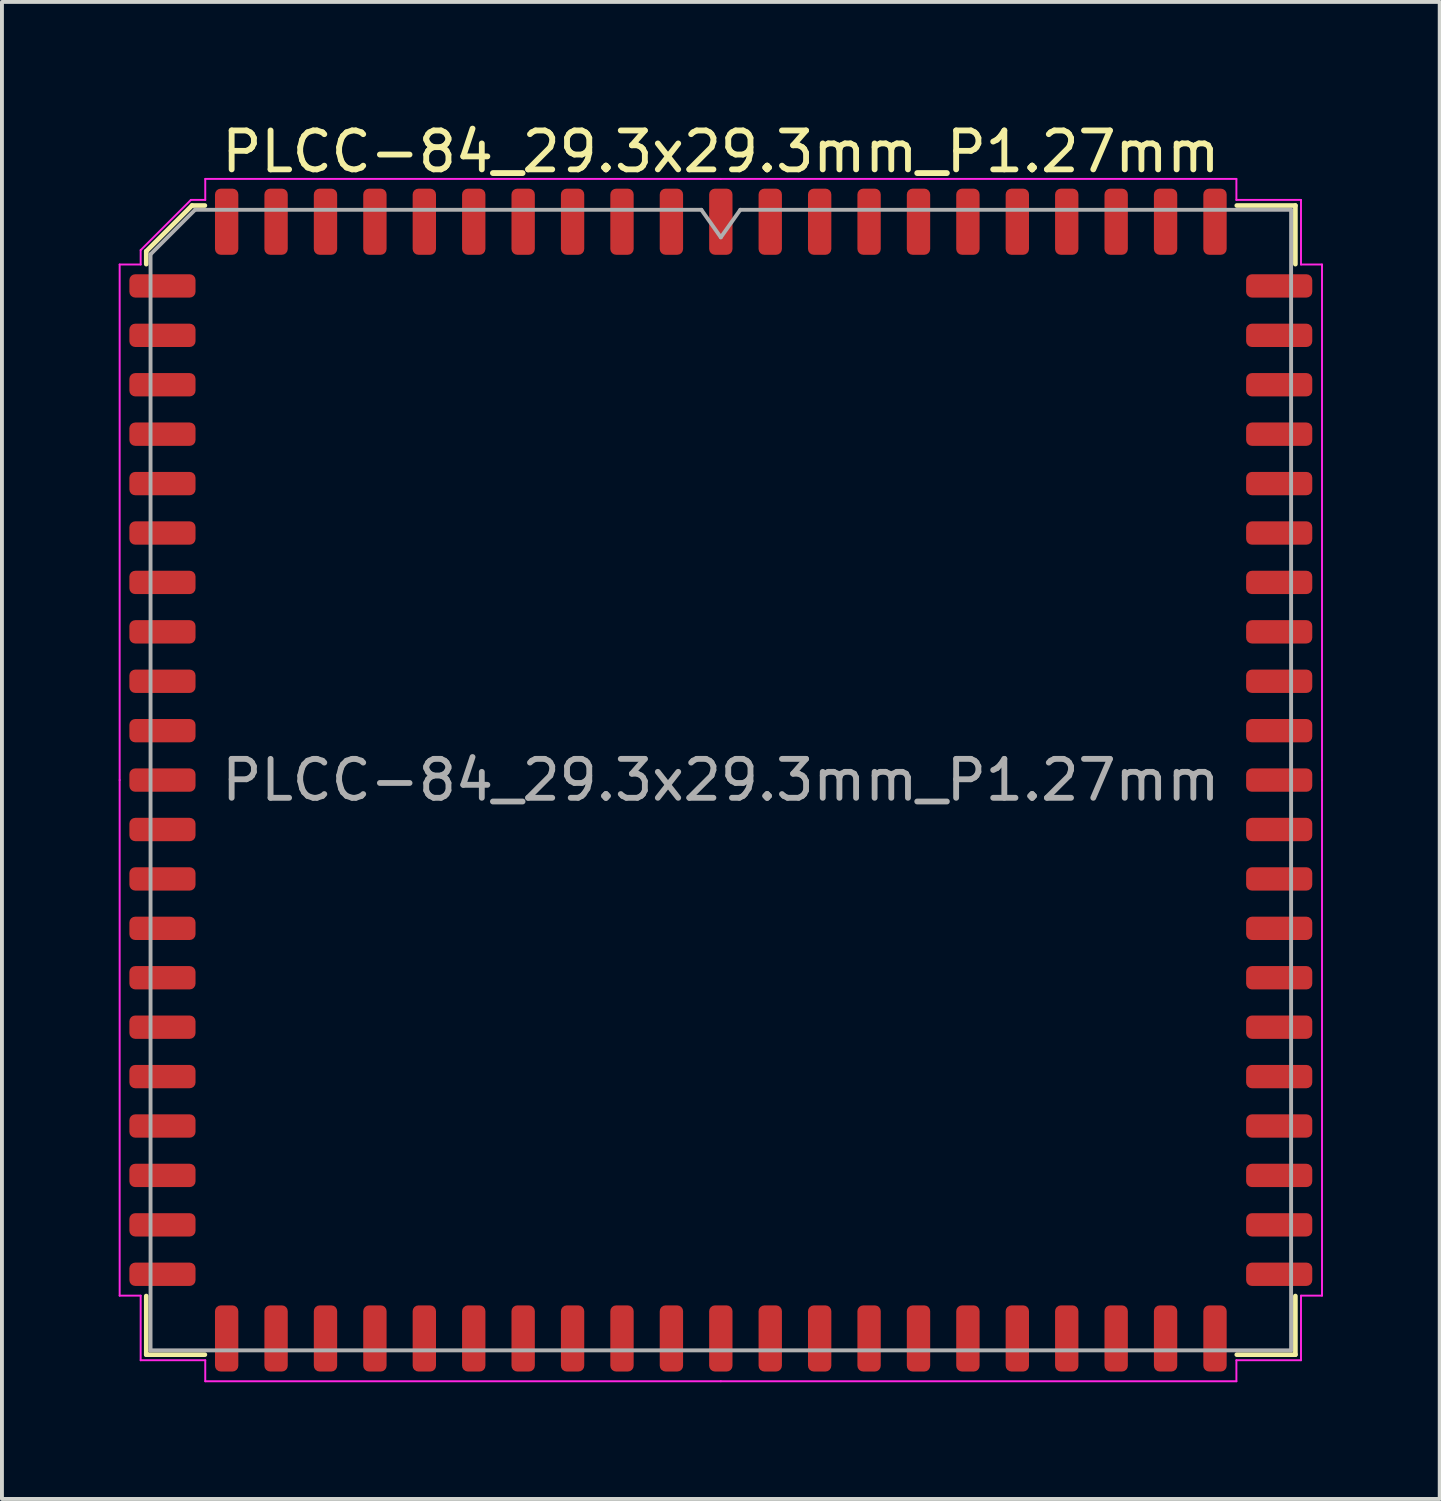
<source format=kicad_pcb>
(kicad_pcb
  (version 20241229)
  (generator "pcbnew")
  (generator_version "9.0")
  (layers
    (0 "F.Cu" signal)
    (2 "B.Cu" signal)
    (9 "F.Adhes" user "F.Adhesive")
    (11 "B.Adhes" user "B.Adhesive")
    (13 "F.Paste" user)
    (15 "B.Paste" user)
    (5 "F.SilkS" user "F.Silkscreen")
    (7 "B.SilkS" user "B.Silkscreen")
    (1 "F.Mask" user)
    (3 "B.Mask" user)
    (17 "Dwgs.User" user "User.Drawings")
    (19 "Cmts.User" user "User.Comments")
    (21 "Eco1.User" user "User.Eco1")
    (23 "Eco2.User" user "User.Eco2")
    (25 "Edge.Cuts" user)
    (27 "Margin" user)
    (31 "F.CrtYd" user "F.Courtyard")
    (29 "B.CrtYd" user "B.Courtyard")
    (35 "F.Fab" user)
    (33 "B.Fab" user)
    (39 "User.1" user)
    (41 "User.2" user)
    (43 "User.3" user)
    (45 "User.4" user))
  (footprint "PLCC-84_29.3x29.3mm_P1.27mm"
    (layer "F.Cu")
    (at 15.475 16.998)
    (property "Reference" "PLCC-84_29.3x29.3mm_P1.27mm" (at 0 -16.15 0) (layer "F.SilkS") (effects (font (size 1 1) (thickness 0.15))))
    (attr smd)
    (fp_line (start -14.766 -13.591) (end -14.766 -13.26) (stroke (width 0.12) (type solid)) (layer "F.SilkS"))
    (fp_line (start -14.766 14.766) (end -14.766 13.26) (stroke (width 0.12) (type solid)) (layer "F.SilkS"))
    (fp_line (start -13.591 -14.766) (end -14.766 -13.591) (stroke (width 0.12) (type solid)) (layer "F.SilkS"))
    (fp_line (start -13.26 -14.766) (end -13.591 -14.766) (stroke (width 0.12) (type solid)) (layer "F.SilkS"))
    (fp_line (start -13.26 14.766) (end -14.766 14.766) (stroke (width 0.12) (type solid)) (layer "F.SilkS"))
    (fp_line (start 13.26 -14.766) (end 14.766 -14.766) (stroke (width 0.12) (type solid)) (layer "F.SilkS"))
    (fp_line (start 13.26 14.766) (end 14.766 14.766) (stroke (width 0.12) (type solid)) (layer "F.SilkS"))
    (fp_line (start 14.766 -14.766) (end 14.766 -13.26) (stroke (width 0.12) (type solid)) (layer "F.SilkS"))
    (fp_line (start 14.766 14.766) (end 14.766 13.26) (stroke (width 0.12) (type solid)) (layer "F.SilkS"))
    (fp_line (start -15.45 -13.25) (end -15.45 0) (stroke (width 0.05) (type solid)) (layer "F.CrtYd"))
    (fp_line (start -15.45 13.25) (end -15.45 0) (stroke (width 0.05) (type solid)) (layer "F.CrtYd"))
    (fp_line (start -14.91 -13.62) (end -14.91 -13.25) (stroke (width 0.05) (type solid)) (layer "F.CrtYd"))
    (fp_line (start -14.91 -13.25) (end -15.45 -13.25) (stroke (width 0.05) (type solid)) (layer "F.CrtYd"))
    (fp_line (start -14.91 13.25) (end -15.45 13.25) (stroke (width 0.05) (type solid)) (layer "F.CrtYd"))
    (fp_line (start -14.91 14.91) (end -14.91 13.25) (stroke (width 0.05) (type solid)) (layer "F.CrtYd"))
    (fp_line (start -13.62 -14.91) (end -14.91 -13.62) (stroke (width 0.05) (type solid)) (layer "F.CrtYd"))
    (fp_line (start -13.25 -15.45) (end -13.25 -14.91) (stroke (width 0.05) (type solid)) (layer "F.CrtYd"))
    (fp_line (start -13.25 -14.91) (end -13.62 -14.91) (stroke (width 0.05) (type solid)) (layer "F.CrtYd"))
    (fp_line (start -13.25 14.91) (end -14.91 14.91) (stroke (width 0.05) (type solid)) (layer "F.CrtYd"))
    (fp_line (start -13.25 15.45) (end -13.25 14.91) (stroke (width 0.05) (type solid)) (layer "F.CrtYd"))
    (fp_line (start 0 -15.45) (end -13.25 -15.45) (stroke (width 0.05) (type solid)) (layer "F.CrtYd"))
    (fp_line (start 0 -15.45) (end 13.25 -15.45) (stroke (width 0.05) (type solid)) (layer "F.CrtYd"))
    (fp_line (start 0 15.45) (end -13.25 15.45) (stroke (width 0.05) (type solid)) (layer "F.CrtYd"))
    (fp_line (start 0 15.45) (end 13.25 15.45) (stroke (width 0.05) (type solid)) (layer "F.CrtYd"))
    (fp_line (start 13.25 -15.45) (end 13.25 -14.91) (stroke (width 0.05) (type solid)) (layer "F.CrtYd"))
    (fp_line (start 13.25 -14.91) (end 14.91 -14.91) (stroke (width 0.05) (type solid)) (layer "F.CrtYd"))
    (fp_line (start 13.25 14.91) (end 14.91 14.91) (stroke (width 0.05) (type solid)) (layer "F.CrtYd"))
    (fp_line (start 13.25 15.45) (end 13.25 14.91) (stroke (width 0.05) (type solid)) (layer "F.CrtYd"))
    (fp_line (start 14.91 -14.91) (end 14.91 -13.25) (stroke (width 0.05) (type solid)) (layer "F.CrtYd"))
    (fp_line (start 14.91 -13.25) (end 15.45 -13.25) (stroke (width 0.05) (type solid)) (layer "F.CrtYd"))
    (fp_line (start 14.91 13.25) (end 15.45 13.25) (stroke (width 0.05) (type solid)) (layer "F.CrtYd"))
    (fp_line (start 14.91 14.91) (end 14.91 13.25) (stroke (width 0.05) (type solid)) (layer "F.CrtYd"))
    (fp_line (start 15.45 -13.25) (end 15.45 0) (stroke (width 0.05) (type solid)) (layer "F.CrtYd"))
    (fp_line (start 15.45 13.25) (end 15.45 0) (stroke (width 0.05) (type solid)) (layer "F.CrtYd"))
    (fp_line (start -14.656 -13.513) (end -13.513 -14.656) (stroke (width 0.1) (type solid)) (layer "F.Fab"))
    (fp_line (start -14.656 14.656) (end -14.656 -13.513) (stroke (width 0.1) (type solid)) (layer "F.Fab"))
    (fp_line (start -13.513 -14.656) (end -0.5 -14.656) (stroke (width 0.1) (type solid)) (layer "F.Fab"))
    (fp_line (start -0.5 -14.656) (end 0 -13.949) (stroke (width 0.1) (type solid)) (layer "F.Fab"))
    (fp_line (start 0 -13.949) (end 0.5 -14.656) (stroke (width 0.1) (type solid)) (layer "F.Fab"))
    (fp_line (start 0.5 -14.656) (end 14.656 -14.656) (stroke (width 0.1) (type solid)) (layer "F.Fab"))
    (fp_line (start 14.656 -14.656) (end 14.656 14.656) (stroke (width 0.1) (type solid)) (layer "F.Fab"))
    (fp_line (start 14.656 14.656) (end -14.656 14.656) (stroke (width 0.1) (type solid)) (layer "F.Fab"))
    (fp_text user "${REFERENCE}" (at 0 0 0) (layer "F.Fab") (effects (font (size 1 1) (thickness 0.15))))
    (pad "1" smd roundrect (at 0 -14.35) (size 0.6 1.7) (layers "F.Cu" "F.Mask" "F.Paste") (roundrect_rratio 0.25))
    (pad "2" smd roundrect (at -1.27 -14.35) (size 0.6 1.7) (layers "F.Cu" "F.Mask" "F.Paste") (roundrect_rratio 0.25))
    (pad "3" smd roundrect (at -2.54 -14.35) (size 0.6 1.7) (layers "F.Cu" "F.Mask" "F.Paste") (roundrect_rratio 0.25))
    (pad "4" smd roundrect (at -3.81 -14.35) (size 0.6 1.7) (layers "F.Cu" "F.Mask" "F.Paste") (roundrect_rratio 0.25))
    (pad "5" smd roundrect (at -5.08 -14.35) (size 0.6 1.7) (layers "F.Cu" "F.Mask" "F.Paste") (roundrect_rratio 0.25))
    (pad "6" smd roundrect (at -6.35 -14.35) (size 0.6 1.7) (layers "F.Cu" "F.Mask" "F.Paste") (roundrect_rratio 0.25))
    (pad "7" smd roundrect (at -7.62 -14.35) (size 0.6 1.7) (layers "F.Cu" "F.Mask" "F.Paste") (roundrect_rratio 0.25))
    (pad "8" smd roundrect (at -8.89 -14.35) (size 0.6 1.7) (layers "F.Cu" "F.Mask" "F.Paste") (roundrect_rratio 0.25))
    (pad "9" smd roundrect (at -10.16 -14.35) (size 0.6 1.7) (layers "F.Cu" "F.Mask" "F.Paste") (roundrect_rratio 0.25))
    (pad "10" smd roundrect (at -11.43 -14.35) (size 0.6 1.7) (layers "F.Cu" "F.Mask" "F.Paste") (roundrect_rratio 0.25))
    (pad "11" smd roundrect (at -12.7 -14.35) (size 0.6 1.7) (layers "F.Cu" "F.Mask" "F.Paste") (roundrect_rratio 0.25))
    (pad "12" smd roundrect (at -14.35 -12.7) (size 1.7 0.6) (layers "F.Cu" "F.Mask" "F.Paste") (roundrect_rratio 0.25))
    (pad "13" smd roundrect (at -14.35 -11.43) (size 1.7 0.6) (layers "F.Cu" "F.Mask" "F.Paste") (roundrect_rratio 0.25))
    (pad "14" smd roundrect (at -14.35 -10.16) (size 1.7 0.6) (layers "F.Cu" "F.Mask" "F.Paste") (roundrect_rratio 0.25))
    (pad "15" smd roundrect (at -14.35 -8.89) (size 1.7 0.6) (layers "F.Cu" "F.Mask" "F.Paste") (roundrect_rratio 0.25))
    (pad "16" smd roundrect (at -14.35 -7.62) (size 1.7 0.6) (layers "F.Cu" "F.Mask" "F.Paste") (roundrect_rratio 0.25))
    (pad "17" smd roundrect (at -14.35 -6.35) (size 1.7 0.6) (layers "F.Cu" "F.Mask" "F.Paste") (roundrect_rratio 0.25))
    (pad "18" smd roundrect (at -14.35 -5.08) (size 1.7 0.6) (layers "F.Cu" "F.Mask" "F.Paste") (roundrect_rratio 0.25))
    (pad "19" smd roundrect (at -14.35 -3.81) (size 1.7 0.6) (layers "F.Cu" "F.Mask" "F.Paste") (roundrect_rratio 0.25))
    (pad "20" smd roundrect (at -14.35 -2.54) (size 1.7 0.6) (layers "F.Cu" "F.Mask" "F.Paste") (roundrect_rratio 0.25))
    (pad "21" smd roundrect (at -14.35 -1.27) (size 1.7 0.6) (layers "F.Cu" "F.Mask" "F.Paste") (roundrect_rratio 0.25))
    (pad "22" smd roundrect (at -14.35 0) (size 1.7 0.6) (layers "F.Cu" "F.Mask" "F.Paste") (roundrect_rratio 0.25))
    (pad "23" smd roundrect (at -14.35 1.27) (size 1.7 0.6) (layers "F.Cu" "F.Mask" "F.Paste") (roundrect_rratio 0.25))
    (pad "24" smd roundrect (at -14.35 2.54) (size 1.7 0.6) (layers "F.Cu" "F.Mask" "F.Paste") (roundrect_rratio 0.25))
    (pad "25" smd roundrect (at -14.35 3.81) (size 1.7 0.6) (layers "F.Cu" "F.Mask" "F.Paste") (roundrect_rratio 0.25))
    (pad "26" smd roundrect (at -14.35 5.08) (size 1.7 0.6) (layers "F.Cu" "F.Mask" "F.Paste") (roundrect_rratio 0.25))
    (pad "27" smd roundrect (at -14.35 6.35) (size 1.7 0.6) (layers "F.Cu" "F.Mask" "F.Paste") (roundrect_rratio 0.25))
    (pad "28" smd roundrect (at -14.35 7.62) (size 1.7 0.6) (layers "F.Cu" "F.Mask" "F.Paste") (roundrect_rratio 0.25))
    (pad "29" smd roundrect (at -14.35 8.89) (size 1.7 0.6) (layers "F.Cu" "F.Mask" "F.Paste") (roundrect_rratio 0.25))
    (pad "30" smd roundrect (at -14.35 10.16) (size 1.7 0.6) (layers "F.Cu" "F.Mask" "F.Paste") (roundrect_rratio 0.25))
    (pad "31" smd roundrect (at -14.35 11.43) (size 1.7 0.6) (layers "F.Cu" "F.Mask" "F.Paste") (roundrect_rratio 0.25))
    (pad "32" smd roundrect (at -14.35 12.7) (size 1.7 0.6) (layers "F.Cu" "F.Mask" "F.Paste") (roundrect_rratio 0.25))
    (pad "33" smd roundrect (at -12.7 14.35) (size 0.6 1.7) (layers "F.Cu" "F.Mask" "F.Paste") (roundrect_rratio 0.25))
    (pad "34" smd roundrect (at -11.43 14.35) (size 0.6 1.7) (layers "F.Cu" "F.Mask" "F.Paste") (roundrect_rratio 0.25))
    (pad "35" smd roundrect (at -10.16 14.35) (size 0.6 1.7) (layers "F.Cu" "F.Mask" "F.Paste") (roundrect_rratio 0.25))
    (pad "36" smd roundrect (at -8.89 14.35) (size 0.6 1.7) (layers "F.Cu" "F.Mask" "F.Paste") (roundrect_rratio 0.25))
    (pad "37" smd roundrect (at -7.62 14.35) (size 0.6 1.7) (layers "F.Cu" "F.Mask" "F.Paste") (roundrect_rratio 0.25))
    (pad "38" smd roundrect (at -6.35 14.35) (size 0.6 1.7) (layers "F.Cu" "F.Mask" "F.Paste") (roundrect_rratio 0.25))
    (pad "39" smd roundrect (at -5.08 14.35) (size 0.6 1.7) (layers "F.Cu" "F.Mask" "F.Paste") (roundrect_rratio 0.25))
    (pad "40" smd roundrect (at -3.81 14.35) (size 0.6 1.7) (layers "F.Cu" "F.Mask" "F.Paste") (roundrect_rratio 0.25))
    (pad "41" smd roundrect (at -2.54 14.35) (size 0.6 1.7) (layers "F.Cu" "F.Mask" "F.Paste") (roundrect_rratio 0.25))
    (pad "42" smd roundrect (at -1.27 14.35) (size 0.6 1.7) (layers "F.Cu" "F.Mask" "F.Paste") (roundrect_rratio 0.25))
    (pad "43" smd roundrect (at 0 14.35) (size 0.6 1.7) (layers "F.Cu" "F.Mask" "F.Paste") (roundrect_rratio 0.25))
    (pad "44" smd roundrect (at 1.27 14.35) (size 0.6 1.7) (layers "F.Cu" "F.Mask" "F.Paste") (roundrect_rratio 0.25))
    (pad "45" smd roundrect (at 2.54 14.35) (size 0.6 1.7) (layers "F.Cu" "F.Mask" "F.Paste") (roundrect_rratio 0.25))
    (pad "46" smd roundrect (at 3.81 14.35) (size 0.6 1.7) (layers "F.Cu" "F.Mask" "F.Paste") (roundrect_rratio 0.25))
    (pad "47" smd roundrect (at 5.08 14.35) (size 0.6 1.7) (layers "F.Cu" "F.Mask" "F.Paste") (roundrect_rratio 0.25))
    (pad "48" smd roundrect (at 6.35 14.35) (size 0.6 1.7) (layers "F.Cu" "F.Mask" "F.Paste") (roundrect_rratio 0.25))
    (pad "49" smd roundrect (at 7.62 14.35) (size 0.6 1.7) (layers "F.Cu" "F.Mask" "F.Paste") (roundrect_rratio 0.25))
    (pad "50" smd roundrect (at 8.89 14.35) (size 0.6 1.7) (layers "F.Cu" "F.Mask" "F.Paste") (roundrect_rratio 0.25))
    (pad "51" smd roundrect (at 10.16 14.35) (size 0.6 1.7) (layers "F.Cu" "F.Mask" "F.Paste") (roundrect_rratio 0.25))
    (pad "52" smd roundrect (at 11.43 14.35) (size 0.6 1.7) (layers "F.Cu" "F.Mask" "F.Paste") (roundrect_rratio 0.25))
    (pad "53" smd roundrect (at 12.7 14.35) (size 0.6 1.7) (layers "F.Cu" "F.Mask" "F.Paste") (roundrect_rratio 0.25))
    (pad "54" smd roundrect (at 14.35 12.7) (size 1.7 0.6) (layers "F.Cu" "F.Mask" "F.Paste") (roundrect_rratio 0.25))
    (pad "55" smd roundrect (at 14.35 11.43) (size 1.7 0.6) (layers "F.Cu" "F.Mask" "F.Paste") (roundrect_rratio 0.25))
    (pad "56" smd roundrect (at 14.35 10.16) (size 1.7 0.6) (layers "F.Cu" "F.Mask" "F.Paste") (roundrect_rratio 0.25))
    (pad "57" smd roundrect (at 14.35 8.89) (size 1.7 0.6) (layers "F.Cu" "F.Mask" "F.Paste") (roundrect_rratio 0.25))
    (pad "58" smd roundrect (at 14.35 7.62) (size 1.7 0.6) (layers "F.Cu" "F.Mask" "F.Paste") (roundrect_rratio 0.25))
    (pad "59" smd roundrect (at 14.35 6.35) (size 1.7 0.6) (layers "F.Cu" "F.Mask" "F.Paste") (roundrect_rratio 0.25))
    (pad "60" smd roundrect (at 14.35 5.08) (size 1.7 0.6) (layers "F.Cu" "F.Mask" "F.Paste") (roundrect_rratio 0.25))
    (pad "61" smd roundrect (at 14.35 3.81) (size 1.7 0.6) (layers "F.Cu" "F.Mask" "F.Paste") (roundrect_rratio 0.25))
    (pad "62" smd roundrect (at 14.35 2.54) (size 1.7 0.6) (layers "F.Cu" "F.Mask" "F.Paste") (roundrect_rratio 0.25))
    (pad "63" smd roundrect (at 14.35 1.27) (size 1.7 0.6) (layers "F.Cu" "F.Mask" "F.Paste") (roundrect_rratio 0.25))
    (pad "64" smd roundrect (at 14.35 0) (size 1.7 0.6) (layers "F.Cu" "F.Mask" "F.Paste") (roundrect_rratio 0.25))
    (pad "65" smd roundrect (at 14.35 -1.27) (size 1.7 0.6) (layers "F.Cu" "F.Mask" "F.Paste") (roundrect_rratio 0.25))
    (pad "66" smd roundrect (at 14.35 -2.54) (size 1.7 0.6) (layers "F.Cu" "F.Mask" "F.Paste") (roundrect_rratio 0.25))
    (pad "67" smd roundrect (at 14.35 -3.81) (size 1.7 0.6) (layers "F.Cu" "F.Mask" "F.Paste") (roundrect_rratio 0.25))
    (pad "68" smd roundrect (at 14.35 -5.08) (size 1.7 0.6) (layers "F.Cu" "F.Mask" "F.Paste") (roundrect_rratio 0.25))
    (pad "69" smd roundrect (at 14.35 -6.35) (size 1.7 0.6) (layers "F.Cu" "F.Mask" "F.Paste") (roundrect_rratio 0.25))
    (pad "70" smd roundrect (at 14.35 -7.62) (size 1.7 0.6) (layers "F.Cu" "F.Mask" "F.Paste") (roundrect_rratio 0.25))
    (pad "71" smd roundrect (at 14.35 -8.89) (size 1.7 0.6) (layers "F.Cu" "F.Mask" "F.Paste") (roundrect_rratio 0.25))
    (pad "72" smd roundrect (at 14.35 -10.16) (size 1.7 0.6) (layers "F.Cu" "F.Mask" "F.Paste") (roundrect_rratio 0.25))
    (pad "73" smd roundrect (at 14.35 -11.43) (size 1.7 0.6) (layers "F.Cu" "F.Mask" "F.Paste") (roundrect_rratio 0.25))
    (pad "74" smd roundrect (at 14.35 -12.7) (size 1.7 0.6) (layers "F.Cu" "F.Mask" "F.Paste") (roundrect_rratio 0.25))
    (pad "75" smd roundrect (at 12.7 -14.35) (size 0.6 1.7) (layers "F.Cu" "F.Mask" "F.Paste") (roundrect_rratio 0.25))
    (pad "76" smd roundrect (at 11.43 -14.35) (size 0.6 1.7) (layers "F.Cu" "F.Mask" "F.Paste") (roundrect_rratio 0.25))
    (pad "77" smd roundrect (at 10.16 -14.35) (size 0.6 1.7) (layers "F.Cu" "F.Mask" "F.Paste") (roundrect_rratio 0.25))
    (pad "78" smd roundrect (at 8.89 -14.35) (size 0.6 1.7) (layers "F.Cu" "F.Mask" "F.Paste") (roundrect_rratio 0.25))
    (pad "79" smd roundrect (at 7.62 -14.35) (size 0.6 1.7) (layers "F.Cu" "F.Mask" "F.Paste") (roundrect_rratio 0.25))
    (pad "80" smd roundrect (at 6.35 -14.35) (size 0.6 1.7) (layers "F.Cu" "F.Mask" "F.Paste") (roundrect_rratio 0.25))
    (pad "81" smd roundrect (at 5.08 -14.35) (size 0.6 1.7) (layers "F.Cu" "F.Mask" "F.Paste") (roundrect_rratio 0.25))
    (pad "82" smd roundrect (at 3.81 -14.35) (size 0.6 1.7) (layers "F.Cu" "F.Mask" "F.Paste") (roundrect_rratio 0.25))
    (pad "83" smd roundrect (at 2.54 -14.35) (size 0.6 1.7) (layers "F.Cu" "F.Mask" "F.Paste") (roundrect_rratio 0.25))
    (pad "84" smd roundrect (at 1.27 -14.35) (size 0.6 1.7) (layers "F.Cu" "F.Mask" "F.Paste") (roundrect_rratio 0.25)))
  (gr_rect
    (start -3 -3)
    (end 33.95 35.473)
    (stroke (width 0.1) (type default))
    (fill no)
    (layer "Edge.Cuts")))
</source>
